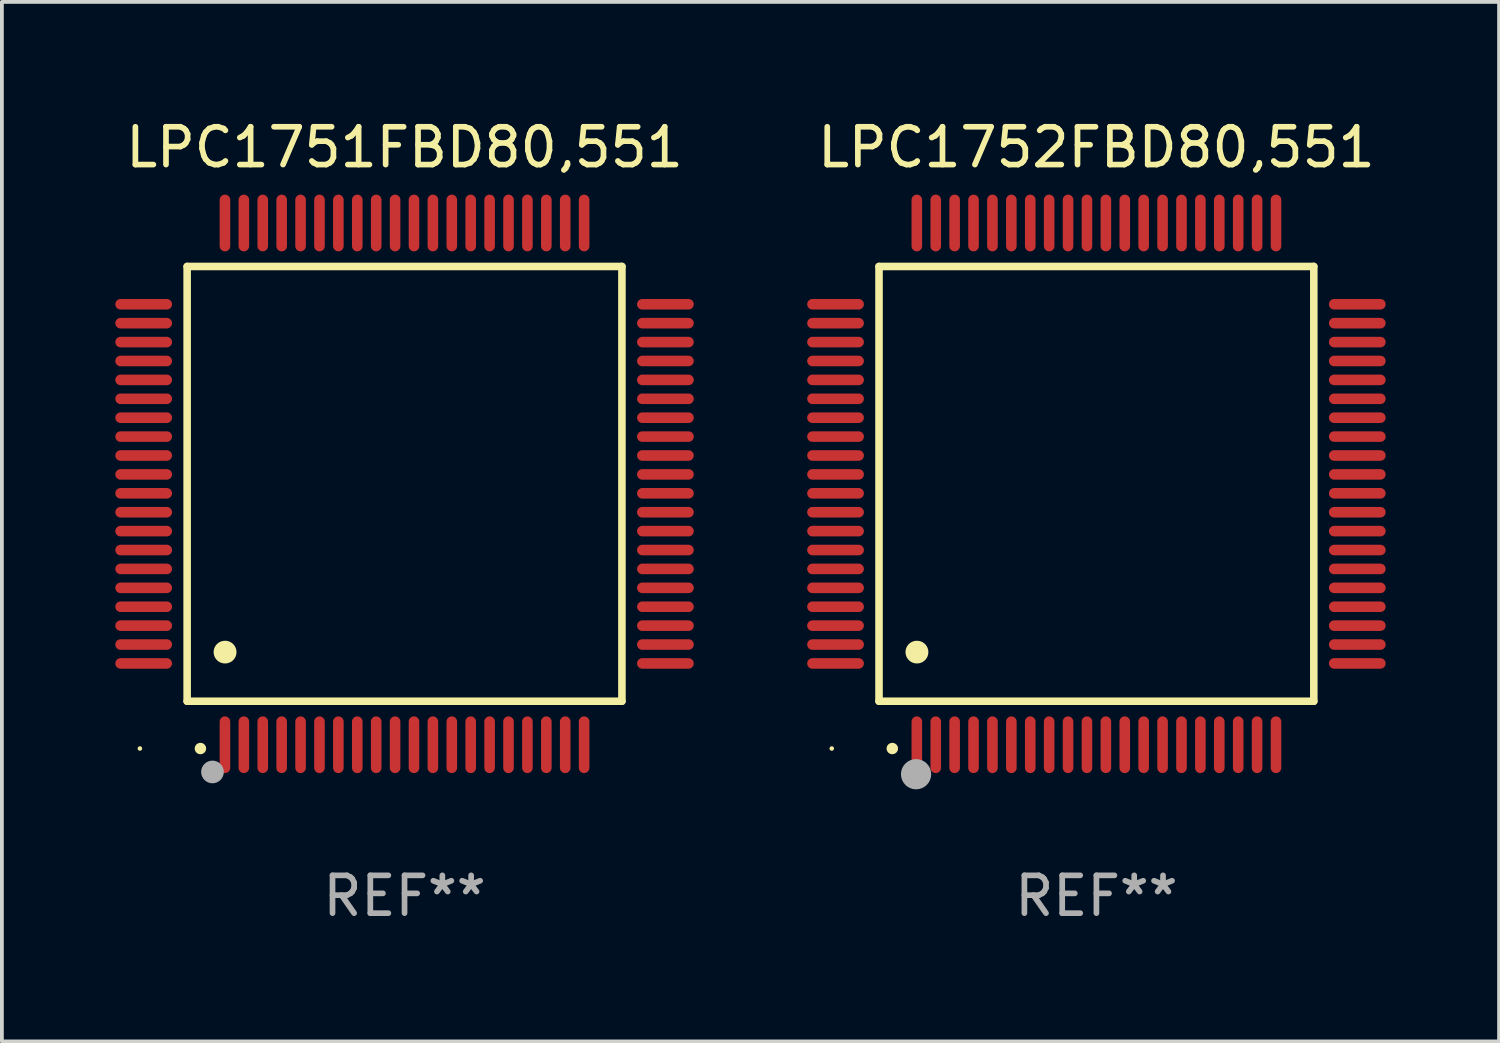
<source format=kicad_pcb>
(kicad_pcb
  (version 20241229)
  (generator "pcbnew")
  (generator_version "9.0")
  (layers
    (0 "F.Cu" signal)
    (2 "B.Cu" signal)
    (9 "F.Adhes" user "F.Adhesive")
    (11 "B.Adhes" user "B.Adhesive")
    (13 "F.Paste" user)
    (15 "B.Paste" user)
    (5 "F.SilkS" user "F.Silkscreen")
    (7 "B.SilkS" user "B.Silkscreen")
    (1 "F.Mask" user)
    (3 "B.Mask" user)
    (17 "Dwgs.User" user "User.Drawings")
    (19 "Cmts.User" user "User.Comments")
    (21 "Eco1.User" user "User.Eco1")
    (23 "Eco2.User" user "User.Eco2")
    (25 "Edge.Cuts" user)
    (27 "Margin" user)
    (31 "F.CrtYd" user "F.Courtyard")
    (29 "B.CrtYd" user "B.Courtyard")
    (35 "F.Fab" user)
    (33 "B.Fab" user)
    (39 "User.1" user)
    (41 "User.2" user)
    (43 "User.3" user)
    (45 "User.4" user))
  (footprint "LPC1751FBD80,551"
    (layer "F.Cu")
    (at 7.65 9.748)
    (property "Reference" "LPC1751FBD80,551" (at 0 -8.9 0) (layer "F.SilkS") (effects (font (size 1 1) (thickness 0.15))))
    (attr through_hole)
    (fp_line (start -5.75 -5.75) (end 5.75 -5.75) (stroke (width 0.2) (type solid)) (layer "F.SilkS"))
    (fp_line (start -5.75 5.75) (end -5.75 -5.75) (stroke (width 0.2) (type solid)) (layer "F.SilkS"))
    (fp_line (start 5.75 -5.75) (end 5.75 5.75) (stroke (width 0.2) (type solid)) (layer "F.SilkS"))
    (fp_line (start 5.75 5.75) (end -5.75 5.75) (stroke (width 0.2) (type solid)) (layer "F.SilkS"))
    (fp_arc (start -5.400051 7.000254) (mid -5.398781 7.000249) (end -5.397511 7.000254) (stroke (width 0.3) (type solid)) (layer "F.SilkS"))
    (fp_arc (start -4.749809 4.450089) (mid -4.747269 4.450078) (end -4.744729 4.450089) (stroke (width 0.6) (type solid)) (layer "F.SilkS"))
    (fp_circle (center -7 7) (end -6.97 7) (stroke (width 0.06) (type solid)) (fill no) (layer "F.SilkS"))
    (fp_circle (center -5.08 7.62) (end -4.93 7.62) (stroke (width 0.3) (type solid)) (fill no) (layer "F.Fab"))
    (fp_text user "REF**" (at 0 10.9 0) (layer "F.Fab") (effects (font (size 1 1) (thickness 0.15))))
    (pad "1" smd oval (at -4.75 6.9 180) (size 0.28 1.5) (layers "F.Cu" "F.Mask" "F.Paste"))
    (pad "2" smd oval (at -4.25 6.9 180) (size 0.28 1.5) (layers "F.Cu" "F.Mask" "F.Paste"))
    (pad "3" smd oval (at -3.75 6.9 180) (size 0.28 1.5) (layers "F.Cu" "F.Mask" "F.Paste"))
    (pad "4" smd oval (at -3.25 6.9 180) (size 0.28 1.5) (layers "F.Cu" "F.Mask" "F.Paste"))
    (pad "5" smd oval (at -2.75 6.9 180) (size 0.28 1.5) (layers "F.Cu" "F.Mask" "F.Paste"))
    (pad "6" smd oval (at -2.25 6.9 180) (size 0.28 1.5) (layers "F.Cu" "F.Mask" "F.Paste"))
    (pad "7" smd oval (at -1.75 6.9 180) (size 0.28 1.5) (layers "F.Cu" "F.Mask" "F.Paste"))
    (pad "8" smd oval (at -1.25 6.9 180) (size 0.28 1.5) (layers "F.Cu" "F.Mask" "F.Paste"))
    (pad "9" smd oval (at -0.75 6.9 180) (size 0.28 1.5) (layers "F.Cu" "F.Mask" "F.Paste"))
    (pad "10" smd oval (at -0.25 6.9 180) (size 0.28 1.5) (layers "F.Cu" "F.Mask" "F.Paste"))
    (pad "11" smd oval (at 0.25 6.9 180) (size 0.28 1.5) (layers "F.Cu" "F.Mask" "F.Paste"))
    (pad "12" smd oval (at 0.75 6.9 180) (size 0.28 1.5) (layers "F.Cu" "F.Mask" "F.Paste"))
    (pad "13" smd oval (at 1.25 6.9 180) (size 0.28 1.5) (layers "F.Cu" "F.Mask" "F.Paste"))
    (pad "14" smd oval (at 1.75 6.9 180) (size 0.28 1.5) (layers "F.Cu" "F.Mask" "F.Paste"))
    (pad "15" smd oval (at 2.25 6.9 180) (size 0.28 1.5) (layers "F.Cu" "F.Mask" "F.Paste"))
    (pad "16" smd oval (at 2.75 6.9 180) (size 0.28 1.5) (layers "F.Cu" "F.Mask" "F.Paste"))
    (pad "17" smd oval (at 3.25 6.9 180) (size 0.28 1.5) (layers "F.Cu" "F.Mask" "F.Paste"))
    (pad "18" smd oval (at 3.75 6.9 180) (size 0.28 1.5) (layers "F.Cu" "F.Mask" "F.Paste"))
    (pad "19" smd oval (at 4.25 6.9 180) (size 0.28 1.5) (layers "F.Cu" "F.Mask" "F.Paste"))
    (pad "20" smd oval (at 4.75 6.9) (size 0.28 1.5) (layers "F.Cu" "F.Mask" "F.Paste"))
    (pad "21" smd oval (at 6.9 4.75 270) (size 0.28 1.5) (layers "F.Cu" "F.Mask" "F.Paste"))
    (pad "22" smd oval (at 6.9 4.25 90) (size 0.28 1.5) (layers "F.Cu" "F.Mask" "F.Paste"))
    (pad "23" smd oval (at 6.9 3.75 90) (size 0.28 1.5) (layers "F.Cu" "F.Mask" "F.Paste"))
    (pad "24" smd oval (at 6.9 3.25 90) (size 0.28 1.5) (layers "F.Cu" "F.Mask" "F.Paste"))
    (pad "25" smd oval (at 6.9 2.75 90) (size 0.28 1.5) (layers "F.Cu" "F.Mask" "F.Paste"))
    (pad "26" smd oval (at 6.9 2.25 90) (size 0.28 1.5) (layers "F.Cu" "F.Mask" "F.Paste"))
    (pad "27" smd oval (at 6.9 1.75 90) (size 0.28 1.5) (layers "F.Cu" "F.Mask" "F.Paste"))
    (pad "28" smd oval (at 6.9 1.25 90) (size 0.28 1.5) (layers "F.Cu" "F.Mask" "F.Paste"))
    (pad "29" smd oval (at 6.9 0.75 90) (size 0.28 1.5) (layers "F.Cu" "F.Mask" "F.Paste"))
    (pad "30" smd oval (at 6.9 0.25 90) (size 0.28 1.5) (layers "F.Cu" "F.Mask" "F.Paste"))
    (pad "31" smd oval (at 6.9 -0.25 90) (size 0.28 1.5) (layers "F.Cu" "F.Mask" "F.Paste"))
    (pad "32" smd oval (at 6.9 -0.75 90) (size 0.28 1.5) (layers "F.Cu" "F.Mask" "F.Paste"))
    (pad "33" smd oval (at 6.9 -1.25 90) (size 0.28 1.5) (layers "F.Cu" "F.Mask" "F.Paste"))
    (pad "34" smd oval (at 6.9 -1.75 90) (size 0.28 1.5) (layers "F.Cu" "F.Mask" "F.Paste"))
    (pad "35" smd oval (at 6.9 -2.25 90) (size 0.28 1.5) (layers "F.Cu" "F.Mask" "F.Paste"))
    (pad "36" smd oval (at 6.9 -2.75 90) (size 0.28 1.5) (layers "F.Cu" "F.Mask" "F.Paste"))
    (pad "37" smd oval (at 6.9 -3.25 90) (size 0.28 1.5) (layers "F.Cu" "F.Mask" "F.Paste"))
    (pad "38" smd oval (at 6.9 -3.75 90) (size 0.28 1.5) (layers "F.Cu" "F.Mask" "F.Paste"))
    (pad "39" smd oval (at 6.9 -4.25 90) (size 0.28 1.5) (layers "F.Cu" "F.Mask" "F.Paste"))
    (pad "40" smd oval (at 6.9 -4.75 90) (size 0.28 1.5) (layers "F.Cu" "F.Mask" "F.Paste"))
    (pad "41" smd oval (at 4.75 -6.9) (size 0.28 1.5) (layers "F.Cu" "F.Mask" "F.Paste"))
    (pad "42" smd oval (at 4.25 -6.9 180) (size 0.28 1.5) (layers "F.Cu" "F.Mask" "F.Paste"))
    (pad "43" smd oval (at 3.75 -6.9 180) (size 0.28 1.5) (layers "F.Cu" "F.Mask" "F.Paste"))
    (pad "44" smd oval (at 3.25 -6.9 180) (size 0.28 1.5) (layers "F.Cu" "F.Mask" "F.Paste"))
    (pad "45" smd oval (at 2.75 -6.9 180) (size 0.28 1.5) (layers "F.Cu" "F.Mask" "F.Paste"))
    (pad "46" smd oval (at 2.25 -6.9 180) (size 0.28 1.5) (layers "F.Cu" "F.Mask" "F.Paste"))
    (pad "47" smd oval (at 1.75 -6.9 180) (size 0.28 1.5) (layers "F.Cu" "F.Mask" "F.Paste"))
    (pad "48" smd oval (at 1.25 -6.9 180) (size 0.28 1.5) (layers "F.Cu" "F.Mask" "F.Paste"))
    (pad "49" smd oval (at 0.75 -6.9 180) (size 0.28 1.5) (layers "F.Cu" "F.Mask" "F.Paste"))
    (pad "50" smd oval (at 0.25 -6.9 180) (size 0.28 1.5) (layers "F.Cu" "F.Mask" "F.Paste"))
    (pad "51" smd oval (at -0.25 -6.9 180) (size 0.28 1.5) (layers "F.Cu" "F.Mask" "F.Paste"))
    (pad "52" smd oval (at -0.75 -6.9 180) (size 0.28 1.5) (layers "F.Cu" "F.Mask" "F.Paste"))
    (pad "53" smd oval (at -1.25 -6.9 180) (size 0.28 1.5) (layers "F.Cu" "F.Mask" "F.Paste"))
    (pad "54" smd oval (at -1.75 -6.9 180) (size 0.28 1.5) (layers "F.Cu" "F.Mask" "F.Paste"))
    (pad "55" smd oval (at -2.25 -6.9 180) (size 0.28 1.5) (layers "F.Cu" "F.Mask" "F.Paste"))
    (pad "56" smd oval (at -2.75 -6.9 180) (size 0.28 1.5) (layers "F.Cu" "F.Mask" "F.Paste"))
    (pad "57" smd oval (at -3.25 -6.9 180) (size 0.28 1.5) (layers "F.Cu" "F.Mask" "F.Paste"))
    (pad "58" smd oval (at -3.75 -6.9 180) (size 0.28 1.5) (layers "F.Cu" "F.Mask" "F.Paste"))
    (pad "59" smd oval (at -4.25 -6.9 180) (size 0.28 1.5) (layers "F.Cu" "F.Mask" "F.Paste"))
    (pad "60" smd oval (at -4.75 -6.9 180) (size 0.28 1.5) (layers "F.Cu" "F.Mask" "F.Paste"))
    (pad "61" smd oval (at -6.9 -4.75 90) (size 0.28 1.5) (layers "F.Cu" "F.Mask" "F.Paste"))
    (pad "62" smd oval (at -6.9 -4.25 90) (size 0.28 1.5) (layers "F.Cu" "F.Mask" "F.Paste"))
    (pad "63" smd oval (at -6.9 -3.75 90) (size 0.28 1.5) (layers "F.Cu" "F.Mask" "F.Paste"))
    (pad "64" smd oval (at -6.9 -3.25 90) (size 0.28 1.5) (layers "F.Cu" "F.Mask" "F.Paste"))
    (pad "65" smd oval (at -6.9 -2.75 90) (size 0.28 1.5) (layers "F.Cu" "F.Mask" "F.Paste"))
    (pad "66" smd oval (at -6.9 -2.25 90) (size 0.28 1.5) (layers "F.Cu" "F.Mask" "F.Paste"))
    (pad "67" smd oval (at -6.9 -1.75 90) (size 0.28 1.5) (layers "F.Cu" "F.Mask" "F.Paste"))
    (pad "68" smd oval (at -6.9 -1.25 90) (size 0.28 1.5) (layers "F.Cu" "F.Mask" "F.Paste"))
    (pad "69" smd oval (at -6.9 -0.75 90) (size 0.28 1.5) (layers "F.Cu" "F.Mask" "F.Paste"))
    (pad "70" smd oval (at -6.9 -0.25 90) (size 0.28 1.5) (layers "F.Cu" "F.Mask" "F.Paste"))
    (pad "71" smd oval (at -6.9 0.25 90) (size 0.28 1.5) (layers "F.Cu" "F.Mask" "F.Paste"))
    (pad "72" smd oval (at -6.9 0.75 90) (size 0.28 1.5) (layers "F.Cu" "F.Mask" "F.Paste"))
    (pad "73" smd oval (at -6.9 1.25 90) (size 0.28 1.5) (layers "F.Cu" "F.Mask" "F.Paste"))
    (pad "74" smd oval (at -6.9 1.75 90) (size 0.28 1.5) (layers "F.Cu" "F.Mask" "F.Paste"))
    (pad "75" smd oval (at -6.9 2.25 90) (size 0.28 1.5) (layers "F.Cu" "F.Mask" "F.Paste"))
    (pad "76" smd oval (at -6.9 2.75 90) (size 0.28 1.5) (layers "F.Cu" "F.Mask" "F.Paste"))
    (pad "77" smd oval (at -6.9 3.25 90) (size 0.28 1.5) (layers "F.Cu" "F.Mask" "F.Paste"))
    (pad "78" smd oval (at -6.9 3.75 90) (size 0.28 1.5) (layers "F.Cu" "F.Mask" "F.Paste"))
    (pad "79" smd oval (at -6.9 4.25 90) (size 0.28 1.5) (layers "F.Cu" "F.Mask" "F.Paste"))
    (pad "80" smd oval (at -6.9 4.75 270) (size 0.28 1.5) (layers "F.Cu" "F.Mask" "F.Paste")))
  (footprint "LPC1752FBD80,551"
    (layer "F.Cu")
    (at 25.95 9.748)
    (property "Reference" "LPC1752FBD80,551" (at 0 -8.9 0) (layer "F.SilkS") (effects (font (size 1 1) (thickness 0.15))))
    (attr through_hole)
    (fp_line (start -5.75 -5.75) (end 5.75 -5.75) (stroke (width 0.2) (type solid)) (layer "F.SilkS"))
    (fp_line (start -5.75 5.75) (end -5.75 -5.75) (stroke (width 0.2) (type solid)) (layer "F.SilkS"))
    (fp_line (start 5.75 -5.75) (end 5.75 5.75) (stroke (width 0.2) (type solid)) (layer "F.SilkS"))
    (fp_line (start 5.75 5.75) (end -5.75 5.75) (stroke (width 0.2) (type solid)) (layer "F.SilkS"))
    (fp_arc (start -5.400051 7.000254) (mid -5.398781 7.000249) (end -5.397511 7.000254) (stroke (width 0.3) (type solid)) (layer "F.SilkS"))
    (fp_arc (start -4.749809 4.450089) (mid -4.747269 4.450078) (end -4.744729 4.450089) (stroke (width 0.6) (type solid)) (layer "F.SilkS"))
    (fp_circle (center -7 7) (end -6.97 7) (stroke (width 0.06) (type solid)) (fill no) (layer "F.SilkS"))
    (fp_circle (center -4.77 7.68) (end -4.57 7.68) (stroke (width 0.4) (type solid)) (fill no) (layer "F.Fab"))
    (fp_text user "REF**" (at 0 10.9 0) (layer "F.Fab") (effects (font (size 1 1) (thickness 0.15))))
    (pad "1" smd oval (at -4.75 6.9) (size 0.28 1.5) (layers "F.Cu" "F.Mask" "F.Paste"))
    (pad "2" smd oval (at -4.25 6.9) (size 0.28 1.5) (layers "F.Cu" "F.Mask" "F.Paste"))
    (pad "3" smd oval (at -3.75 6.9) (size 0.28 1.5) (layers "F.Cu" "F.Mask" "F.Paste"))
    (pad "4" smd oval (at -3.25 6.9) (size 0.28 1.5) (layers "F.Cu" "F.Mask" "F.Paste"))
    (pad "5" smd oval (at -2.75 6.9) (size 0.28 1.5) (layers "F.Cu" "F.Mask" "F.Paste"))
    (pad "6" smd oval (at -2.25 6.9) (size 0.28 1.5) (layers "F.Cu" "F.Mask" "F.Paste"))
    (pad "7" smd oval (at -1.75 6.9) (size 0.28 1.5) (layers "F.Cu" "F.Mask" "F.Paste"))
    (pad "8" smd oval (at -1.25 6.9) (size 0.28 1.5) (layers "F.Cu" "F.Mask" "F.Paste"))
    (pad "9" smd oval (at -0.75 6.9) (size 0.28 1.5) (layers "F.Cu" "F.Mask" "F.Paste"))
    (pad "10" smd oval (at -0.25 6.9) (size 0.28 1.5) (layers "F.Cu" "F.Mask" "F.Paste"))
    (pad "11" smd oval (at 0.25 6.9) (size 0.28 1.5) (layers "F.Cu" "F.Mask" "F.Paste"))
    (pad "12" smd oval (at 0.75 6.9) (size 0.28 1.5) (layers "F.Cu" "F.Mask" "F.Paste"))
    (pad "13" smd oval (at 1.25 6.9) (size 0.28 1.5) (layers "F.Cu" "F.Mask" "F.Paste"))
    (pad "14" smd oval (at 1.75 6.9) (size 0.28 1.5) (layers "F.Cu" "F.Mask" "F.Paste"))
    (pad "15" smd oval (at 2.25 6.9) (size 0.28 1.5) (layers "F.Cu" "F.Mask" "F.Paste"))
    (pad "16" smd oval (at 2.75 6.9) (size 0.28 1.5) (layers "F.Cu" "F.Mask" "F.Paste"))
    (pad "17" smd oval (at 3.25 6.9) (size 0.28 1.5) (layers "F.Cu" "F.Mask" "F.Paste"))
    (pad "18" smd oval (at 3.75 6.9) (size 0.28 1.5) (layers "F.Cu" "F.Mask" "F.Paste"))
    (pad "19" smd oval (at 4.25 6.9) (size 0.28 1.5) (layers "F.Cu" "F.Mask" "F.Paste"))
    (pad "20" smd oval (at 4.75 6.9) (size 0.28 1.5) (layers "F.Cu" "F.Mask" "F.Paste"))
    (pad "21" smd oval (at 6.9 4.75) (size 1.5 0.28) (layers "F.Cu" "F.Mask" "F.Paste"))
    (pad "22" smd oval (at 6.9 4.25) (size 1.5 0.28) (layers "F.Cu" "F.Mask" "F.Paste"))
    (pad "23" smd oval (at 6.9 3.75) (size 1.5 0.28) (layers "F.Cu" "F.Mask" "F.Paste"))
    (pad "24" smd oval (at 6.9 3.25) (size 1.5 0.28) (layers "F.Cu" "F.Mask" "F.Paste"))
    (pad "25" smd oval (at 6.9 2.75) (size 1.5 0.28) (layers "F.Cu" "F.Mask" "F.Paste"))
    (pad "26" smd oval (at 6.9 2.25) (size 1.5 0.28) (layers "F.Cu" "F.Mask" "F.Paste"))
    (pad "27" smd oval (at 6.9 1.75) (size 1.5 0.28) (layers "F.Cu" "F.Mask" "F.Paste"))
    (pad "28" smd oval (at 6.9 1.25) (size 1.5 0.28) (layers "F.Cu" "F.Mask" "F.Paste"))
    (pad "29" smd oval (at 6.9 0.75) (size 1.5 0.28) (layers "F.Cu" "F.Mask" "F.Paste"))
    (pad "30" smd oval (at 6.9 0.25) (size 1.5 0.28) (layers "F.Cu" "F.Mask" "F.Paste"))
    (pad "31" smd oval (at 6.9 -0.25) (size 1.5 0.28) (layers "F.Cu" "F.Mask" "F.Paste"))
    (pad "32" smd oval (at 6.9 -0.75) (size 1.5 0.28) (layers "F.Cu" "F.Mask" "F.Paste"))
    (pad "33" smd oval (at 6.9 -1.25) (size 1.5 0.28) (layers "F.Cu" "F.Mask" "F.Paste"))
    (pad "34" smd oval (at 6.9 -1.75) (size 1.5 0.28) (layers "F.Cu" "F.Mask" "F.Paste"))
    (pad "35" smd oval (at 6.9 -2.25) (size 1.5 0.28) (layers "F.Cu" "F.Mask" "F.Paste"))
    (pad "36" smd oval (at 6.9 -2.75) (size 1.5 0.28) (layers "F.Cu" "F.Mask" "F.Paste"))
    (pad "37" smd oval (at 6.9 -3.25) (size 1.5 0.28) (layers "F.Cu" "F.Mask" "F.Paste"))
    (pad "38" smd oval (at 6.9 -3.75) (size 1.5 0.28) (layers "F.Cu" "F.Mask" "F.Paste"))
    (pad "39" smd oval (at 6.9 -4.25) (size 1.5 0.28) (layers "F.Cu" "F.Mask" "F.Paste"))
    (pad "40" smd oval (at 6.9 -4.75) (size 1.5 0.28) (layers "F.Cu" "F.Mask" "F.Paste"))
    (pad "41" smd oval (at 4.75 -6.9) (size 0.28 1.5) (layers "F.Cu" "F.Mask" "F.Paste"))
    (pad "42" smd oval (at 4.25 -6.9) (size 0.28 1.5) (layers "F.Cu" "F.Mask" "F.Paste"))
    (pad "43" smd oval (at 3.75 -6.9) (size 0.28 1.5) (layers "F.Cu" "F.Mask" "F.Paste"))
    (pad "44" smd oval (at 3.25 -6.9) (size 0.28 1.5) (layers "F.Cu" "F.Mask" "F.Paste"))
    (pad "45" smd oval (at 2.75 -6.9) (size 0.28 1.5) (layers "F.Cu" "F.Mask" "F.Paste"))
    (pad "46" smd oval (at 2.25 -6.9) (size 0.28 1.5) (layers "F.Cu" "F.Mask" "F.Paste"))
    (pad "47" smd oval (at 1.75 -6.9) (size 0.28 1.5) (layers "F.Cu" "F.Mask" "F.Paste"))
    (pad "48" smd oval (at 1.25 -6.9) (size 0.28 1.5) (layers "F.Cu" "F.Mask" "F.Paste"))
    (pad "49" smd oval (at 0.75 -6.9) (size 0.28 1.5) (layers "F.Cu" "F.Mask" "F.Paste"))
    (pad "50" smd oval (at 0.25 -6.9) (size 0.28 1.5) (layers "F.Cu" "F.Mask" "F.Paste"))
    (pad "51" smd oval (at -0.25 -6.9) (size 0.28 1.5) (layers "F.Cu" "F.Mask" "F.Paste"))
    (pad "52" smd oval (at -0.75 -6.9) (size 0.28 1.5) (layers "F.Cu" "F.Mask" "F.Paste"))
    (pad "53" smd oval (at -1.25 -6.9) (size 0.28 1.5) (layers "F.Cu" "F.Mask" "F.Paste"))
    (pad "54" smd oval (at -1.75 -6.9) (size 0.28 1.5) (layers "F.Cu" "F.Mask" "F.Paste"))
    (pad "55" smd oval (at -2.25 -6.9) (size 0.28 1.5) (layers "F.Cu" "F.Mask" "F.Paste"))
    (pad "56" smd oval (at -2.75 -6.9) (size 0.28 1.5) (layers "F.Cu" "F.Mask" "F.Paste"))
    (pad "57" smd oval (at -3.25 -6.9) (size 0.28 1.5) (layers "F.Cu" "F.Mask" "F.Paste"))
    (pad "58" smd oval (at -3.75 -6.9) (size 0.28 1.5) (layers "F.Cu" "F.Mask" "F.Paste"))
    (pad "59" smd oval (at -4.25 -6.9) (size 0.28 1.5) (layers "F.Cu" "F.Mask" "F.Paste"))
    (pad "60" smd oval (at -4.75 -6.9) (size 0.28 1.5) (layers "F.Cu" "F.Mask" "F.Paste"))
    (pad "61" smd oval (at -6.9 -4.75) (size 1.5 0.28) (layers "F.Cu" "F.Mask" "F.Paste"))
    (pad "62" smd oval (at -6.9 -4.25) (size 1.5 0.28) (layers "F.Cu" "F.Mask" "F.Paste"))
    (pad "63" smd oval (at -6.9 -3.75) (size 1.5 0.28) (layers "F.Cu" "F.Mask" "F.Paste"))
    (pad "64" smd oval (at -6.9 -3.25) (size 1.5 0.28) (layers "F.Cu" "F.Mask" "F.Paste"))
    (pad "65" smd oval (at -6.9 -2.75) (size 1.5 0.28) (layers "F.Cu" "F.Mask" "F.Paste"))
    (pad "66" smd oval (at -6.9 -2.25) (size 1.5 0.28) (layers "F.Cu" "F.Mask" "F.Paste"))
    (pad "67" smd oval (at -6.9 -1.75) (size 1.5 0.28) (layers "F.Cu" "F.Mask" "F.Paste"))
    (pad "68" smd oval (at -6.9 -1.25) (size 1.5 0.28) (layers "F.Cu" "F.Mask" "F.Paste"))
    (pad "69" smd oval (at -6.9 -0.75) (size 1.5 0.28) (layers "F.Cu" "F.Mask" "F.Paste"))
    (pad "70" smd oval (at -6.9 -0.25) (size 1.5 0.28) (layers "F.Cu" "F.Mask" "F.Paste"))
    (pad "71" smd oval (at -6.9 0.25) (size 1.5 0.28) (layers "F.Cu" "F.Mask" "F.Paste"))
    (pad "72" smd oval (at -6.9 0.75) (size 1.5 0.28) (layers "F.Cu" "F.Mask" "F.Paste"))
    (pad "73" smd oval (at -6.9 1.25) (size 1.5 0.28) (layers "F.Cu" "F.Mask" "F.Paste"))
    (pad "74" smd oval (at -6.9 1.75) (size 1.5 0.28) (layers "F.Cu" "F.Mask" "F.Paste"))
    (pad "75" smd oval (at -6.9 2.25) (size 1.5 0.28) (layers "F.Cu" "F.Mask" "F.Paste"))
    (pad "76" smd oval (at -6.9 2.75) (size 1.5 0.28) (layers "F.Cu" "F.Mask" "F.Paste"))
    (pad "77" smd oval (at -6.9 3.25) (size 1.5 0.28) (layers "F.Cu" "F.Mask" "F.Paste"))
    (pad "78" smd oval (at -6.9 3.75) (size 1.5 0.28) (layers "F.Cu" "F.Mask" "F.Paste"))
    (pad "79" smd oval (at -6.9 4.25) (size 1.5 0.28) (layers "F.Cu" "F.Mask" "F.Paste"))
    (pad "80" smd oval (at -6.9 4.75) (size 1.5 0.28) (layers "F.Cu" "F.Mask" "F.Paste")))
  (gr_rect
    (start -3 -3)
    (end 36.6 24.496)
    (stroke (width 0.1) (type default))
    (fill no)
    (layer "Edge.Cuts")))
</source>
